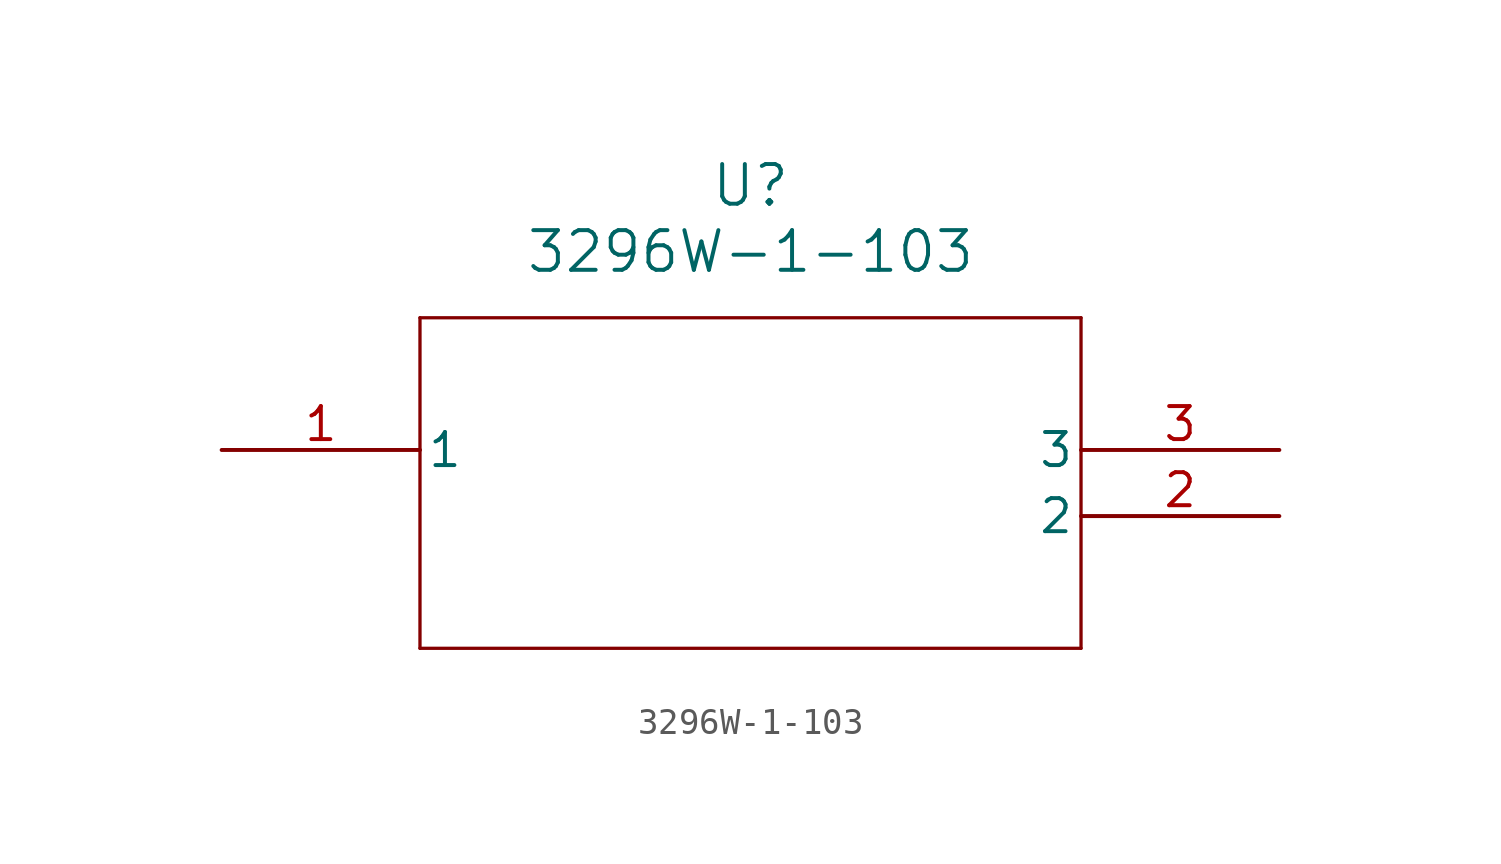
<source format=kicad_sym>
(kicad_symbol_lib
  (version 20211014)
  (generator kicad_symbol_editor)
  (symbol "3296W-1-103"
    (pin_names
      (offset 0.254))
    (property "Reference" "U"
      (at 20.32 10.16 0)
      (effects (font (size 1.524 1.524))))
    (property "Value" "3296W-1-103"
      (at 20.32 7.62 0)
      (effects (font (size 1.524 1.524))))
    (symbol "3296W-1-103_0_1"
      (polyline (pts (xy 7.62 5.08) (xy 7.62 -7.62)) (stroke (width 0.127) (type default) (color 0 0 0 0)) (fill (type none)))
      (polyline (pts (xy 7.62 -7.62) (xy 33.02 -7.62)) (stroke (width 0.127) (type default) (color 0 0 0 0)) (fill (type none)))
      (polyline (pts (xy 33.02 -7.62) (xy 33.02 5.08)) (stroke (width 0.127) (type default) (color 0 0 0 0)) (fill (type none)))
      (polyline (pts (xy 33.02 5.08) (xy 7.62 5.08)) (stroke (width 0.127) (type default) (color 0 0 0 0)) (fill (type none)))
      (pin unspecified line (at 0 0 0) (length 7.62) (name "1" (effects (font (size 1.27 1.27)))) (number "1" (effects (font (size 1.27 1.27)))))
      (pin unspecified line (at 40.64 -2.54 180) (length 7.62) (name "2" (effects (font (size 1.27 1.27)))) (number "2" (effects (font (size 1.27 1.27)))))
      (pin unspecified line (at 40.64 0 180) (length 7.62) (name "3" (effects (font (size 1.27 1.27)))) (number "3" (effects (font (size 1.27 1.27))))))))
</source>
